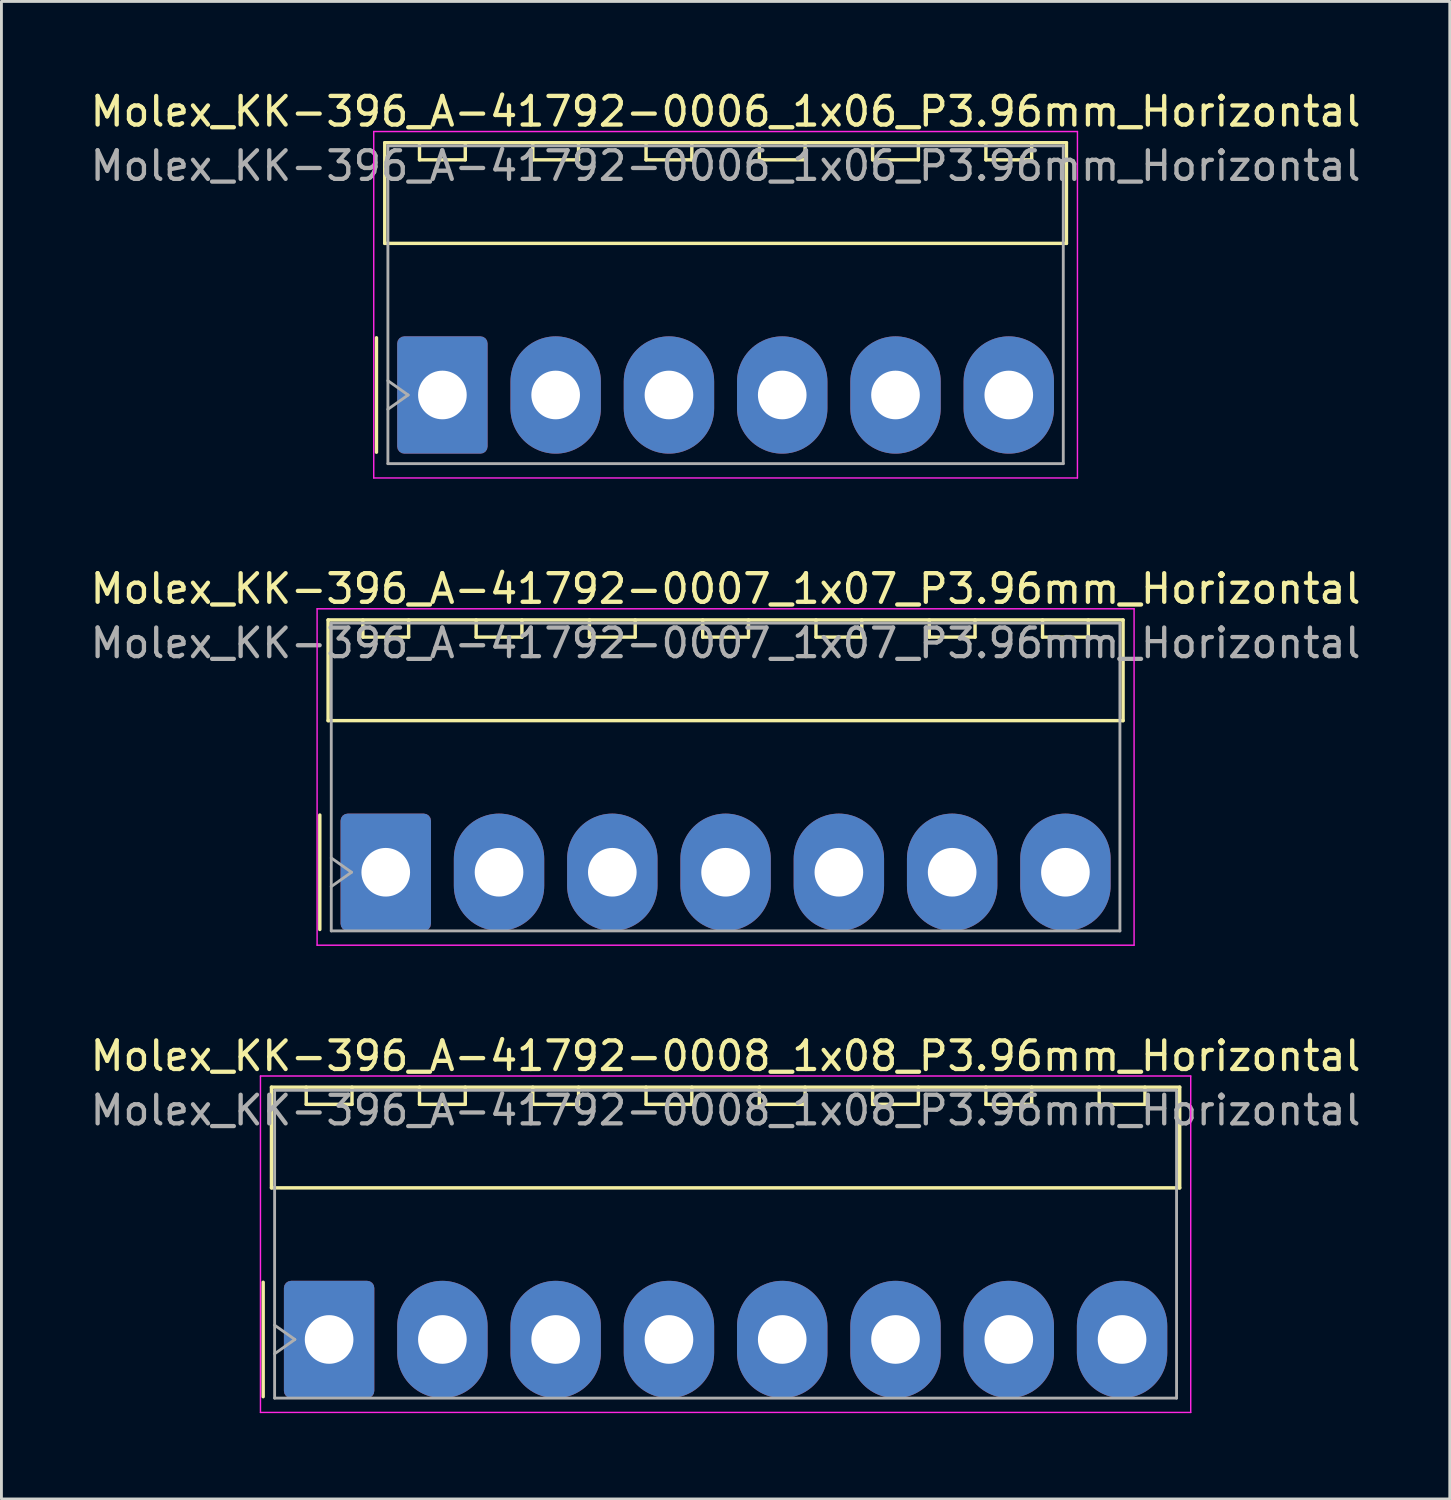
<source format=kicad_pcb>
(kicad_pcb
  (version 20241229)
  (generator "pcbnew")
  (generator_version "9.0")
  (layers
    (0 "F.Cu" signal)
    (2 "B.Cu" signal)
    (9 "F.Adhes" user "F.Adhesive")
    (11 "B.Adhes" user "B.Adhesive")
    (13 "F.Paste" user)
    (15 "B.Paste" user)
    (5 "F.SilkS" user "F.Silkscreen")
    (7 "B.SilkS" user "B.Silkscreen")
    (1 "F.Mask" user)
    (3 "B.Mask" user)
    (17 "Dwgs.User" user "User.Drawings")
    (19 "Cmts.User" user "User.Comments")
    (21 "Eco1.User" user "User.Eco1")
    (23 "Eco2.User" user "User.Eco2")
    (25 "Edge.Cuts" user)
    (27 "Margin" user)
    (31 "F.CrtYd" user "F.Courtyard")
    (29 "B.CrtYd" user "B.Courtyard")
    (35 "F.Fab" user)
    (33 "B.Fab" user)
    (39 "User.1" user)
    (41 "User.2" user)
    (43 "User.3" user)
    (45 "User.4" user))
  (footprint "Molex_KK-396_A-41792-0008_1x08_P3.96mm_Horizontal"
    (layer "F.Cu")
    (at 8.455 43.775)
    (property "Reference" "Molex_KK-396_A-41792-0008_1x08_P3.96mm_Horizontal" (at 13.86 -9.91 0) (layer "F.SilkS") (effects (font (size 1 1) (thickness 0.15))))
    (attr through_hole)
    (fp_line (start -2.305 -2) (end -2.305 2) (stroke (width 0.12) (type solid)) (layer "F.SilkS"))
    (fp_line (start -2.015 -8.82) (end 29.735 -8.82) (stroke (width 0.12) (type solid)) (layer "F.SilkS"))
    (fp_line (start -2.015 -5.3) (end -2.015 -8.82) (stroke (width 0.12) (type solid)) (layer "F.SilkS"))
    (fp_line (start -0.8 -8.82) (end -0.8 -8.22) (stroke (width 0.12) (type solid)) (layer "F.SilkS"))
    (fp_line (start -0.8 -8.22) (end 0.8 -8.22) (stroke (width 0.12) (type solid)) (layer "F.SilkS"))
    (fp_line (start 0.8 -8.22) (end 0.8 -8.82) (stroke (width 0.12) (type solid)) (layer "F.SilkS"))
    (fp_line (start 3.16 -8.82) (end 3.16 -8.22) (stroke (width 0.12) (type solid)) (layer "F.SilkS"))
    (fp_line (start 3.16 -8.22) (end 4.76 -8.22) (stroke (width 0.12) (type solid)) (layer "F.SilkS"))
    (fp_line (start 4.76 -8.22) (end 4.76 -8.82) (stroke (width 0.12) (type solid)) (layer "F.SilkS"))
    (fp_line (start 7.12 -8.82) (end 7.12 -8.22) (stroke (width 0.12) (type solid)) (layer "F.SilkS"))
    (fp_line (start 7.12 -8.22) (end 8.72 -8.22) (stroke (width 0.12) (type solid)) (layer "F.SilkS"))
    (fp_line (start 8.72 -8.22) (end 8.72 -8.82) (stroke (width 0.12) (type solid)) (layer "F.SilkS"))
    (fp_line (start 11.08 -8.82) (end 11.08 -8.22) (stroke (width 0.12) (type solid)) (layer "F.SilkS"))
    (fp_line (start 11.08 -8.22) (end 12.68 -8.22) (stroke (width 0.12) (type solid)) (layer "F.SilkS"))
    (fp_line (start 12.68 -8.22) (end 12.68 -8.82) (stroke (width 0.12) (type solid)) (layer "F.SilkS"))
    (fp_line (start 15.04 -8.82) (end 15.04 -8.22) (stroke (width 0.12) (type solid)) (layer "F.SilkS"))
    (fp_line (start 15.04 -8.22) (end 16.64 -8.22) (stroke (width 0.12) (type solid)) (layer "F.SilkS"))
    (fp_line (start 16.64 -8.22) (end 16.64 -8.82) (stroke (width 0.12) (type solid)) (layer "F.SilkS"))
    (fp_line (start 19 -8.82) (end 19 -8.22) (stroke (width 0.12) (type solid)) (layer "F.SilkS"))
    (fp_line (start 19 -8.22) (end 20.6 -8.22) (stroke (width 0.12) (type solid)) (layer "F.SilkS"))
    (fp_line (start 20.6 -8.22) (end 20.6 -8.82) (stroke (width 0.12) (type solid)) (layer "F.SilkS"))
    (fp_line (start 22.96 -8.82) (end 22.96 -8.22) (stroke (width 0.12) (type solid)) (layer "F.SilkS"))
    (fp_line (start 22.96 -8.22) (end 24.56 -8.22) (stroke (width 0.12) (type solid)) (layer "F.SilkS"))
    (fp_line (start 24.56 -8.22) (end 24.56 -8.82) (stroke (width 0.12) (type solid)) (layer "F.SilkS"))
    (fp_line (start 26.92 -8.82) (end 26.92 -8.22) (stroke (width 0.12) (type solid)) (layer "F.SilkS"))
    (fp_line (start 26.92 -8.22) (end 28.52 -8.22) (stroke (width 0.12) (type solid)) (layer "F.SilkS"))
    (fp_line (start 28.52 -8.22) (end 28.52 -8.82) (stroke (width 0.12) (type solid)) (layer "F.SilkS"))
    (fp_line (start 29.735 -8.82) (end 29.735 -5.3) (stroke (width 0.12) (type solid)) (layer "F.SilkS"))
    (fp_line (start 29.735 -5.3) (end -2.015 -5.3) (stroke (width 0.12) (type solid)) (layer "F.SilkS"))
    (fp_line (start -2.4 -9.21) (end -2.4 2.55) (stroke (width 0.05) (type solid)) (layer "F.CrtYd"))
    (fp_line (start -2.4 2.55) (end 30.12 2.55) (stroke (width 0.05) (type solid)) (layer "F.CrtYd"))
    (fp_line (start 30.12 -9.21) (end -2.4 -9.21) (stroke (width 0.05) (type solid)) (layer "F.CrtYd"))
    (fp_line (start 30.12 2.55) (end 30.12 -9.21) (stroke (width 0.05) (type solid)) (layer "F.CrtYd"))
    (fp_line (start -1.905 -8.71) (end 29.625 -8.71) (stroke (width 0.1) (type solid)) (layer "F.Fab"))
    (fp_line (start -1.905 -0.5) (end -1.198 0) (stroke (width 0.1) (type solid)) (layer "F.Fab"))
    (fp_line (start -1.905 2.05) (end -1.905 -8.71) (stroke (width 0.1) (type solid)) (layer "F.Fab"))
    (fp_line (start -1.198 0) (end -1.905 0.5) (stroke (width 0.1) (type solid)) (layer "F.Fab"))
    (fp_line (start 29.625 -8.71) (end 29.625 2.05) (stroke (width 0.1) (type solid)) (layer "F.Fab"))
    (fp_line (start 29.625 2.05) (end -1.905 2.05) (stroke (width 0.1) (type solid)) (layer "F.Fab"))
    (fp_text user "${REFERENCE}" (at 13.86 -8.01 0) (layer "F.Fab") (effects (font (size 1 1) (thickness 0.15))))
    (pad "1" thru_hole roundrect (at 0 0) (size 3.16 4.1) (drill 1.7) (layers "*.Cu" "*.Mask") (roundrect_rratio 0.079))
    (pad "2" thru_hole oval (at 3.96 0) (size 3.16 4.1) (drill 1.7) (layers "*.Cu" "*.Mask"))
    (pad "3" thru_hole oval (at 7.92 0) (size 3.16 4.1) (drill 1.7) (layers "*.Cu" "*.Mask"))
    (pad "4" thru_hole oval (at 11.88 0) (size 3.16 4.1) (drill 1.7) (layers "*.Cu" "*.Mask"))
    (pad "5" thru_hole oval (at 15.84 0) (size 3.16 4.1) (drill 1.7) (layers "*.Cu" "*.Mask"))
    (pad "6" thru_hole oval (at 19.8 0) (size 3.16 4.1) (drill 1.7) (layers "*.Cu" "*.Mask"))
    (pad "7" thru_hole oval (at 23.76 0) (size 3.16 4.1) (drill 1.7) (layers "*.Cu" "*.Mask"))
    (pad "8" thru_hole oval (at 27.72 0) (size 3.16 4.1) (drill 1.7) (layers "*.Cu" "*.Mask")))
  (footprint "Molex_KK-396_A-41792-0007_1x07_P3.96mm_Horizontal"
    (layer "F.Cu")
    (at 10.435 27.442)
    (property "Reference" "Molex_KK-396_A-41792-0007_1x07_P3.96mm_Horizontal" (at 11.88 -9.91 0) (layer "F.SilkS") (effects (font (size 1 1) (thickness 0.15))))
    (attr through_hole)
    (fp_line (start -2.305 -2) (end -2.305 2) (stroke (width 0.12) (type solid)) (layer "F.SilkS"))
    (fp_line (start -2.015 -8.82) (end 25.775 -8.82) (stroke (width 0.12) (type solid)) (layer "F.SilkS"))
    (fp_line (start -2.015 -5.3) (end -2.015 -8.82) (stroke (width 0.12) (type solid)) (layer "F.SilkS"))
    (fp_line (start -0.8 -8.82) (end -0.8 -8.22) (stroke (width 0.12) (type solid)) (layer "F.SilkS"))
    (fp_line (start -0.8 -8.22) (end 0.8 -8.22) (stroke (width 0.12) (type solid)) (layer "F.SilkS"))
    (fp_line (start 0.8 -8.22) (end 0.8 -8.82) (stroke (width 0.12) (type solid)) (layer "F.SilkS"))
    (fp_line (start 3.16 -8.82) (end 3.16 -8.22) (stroke (width 0.12) (type solid)) (layer "F.SilkS"))
    (fp_line (start 3.16 -8.22) (end 4.76 -8.22) (stroke (width 0.12) (type solid)) (layer "F.SilkS"))
    (fp_line (start 4.76 -8.22) (end 4.76 -8.82) (stroke (width 0.12) (type solid)) (layer "F.SilkS"))
    (fp_line (start 7.12 -8.82) (end 7.12 -8.22) (stroke (width 0.12) (type solid)) (layer "F.SilkS"))
    (fp_line (start 7.12 -8.22) (end 8.72 -8.22) (stroke (width 0.12) (type solid)) (layer "F.SilkS"))
    (fp_line (start 8.72 -8.22) (end 8.72 -8.82) (stroke (width 0.12) (type solid)) (layer "F.SilkS"))
    (fp_line (start 11.08 -8.82) (end 11.08 -8.22) (stroke (width 0.12) (type solid)) (layer "F.SilkS"))
    (fp_line (start 11.08 -8.22) (end 12.68 -8.22) (stroke (width 0.12) (type solid)) (layer "F.SilkS"))
    (fp_line (start 12.68 -8.22) (end 12.68 -8.82) (stroke (width 0.12) (type solid)) (layer "F.SilkS"))
    (fp_line (start 15.04 -8.82) (end 15.04 -8.22) (stroke (width 0.12) (type solid)) (layer "F.SilkS"))
    (fp_line (start 15.04 -8.22) (end 16.64 -8.22) (stroke (width 0.12) (type solid)) (layer "F.SilkS"))
    (fp_line (start 16.64 -8.22) (end 16.64 -8.82) (stroke (width 0.12) (type solid)) (layer "F.SilkS"))
    (fp_line (start 19 -8.82) (end 19 -8.22) (stroke (width 0.12) (type solid)) (layer "F.SilkS"))
    (fp_line (start 19 -8.22) (end 20.6 -8.22) (stroke (width 0.12) (type solid)) (layer "F.SilkS"))
    (fp_line (start 20.6 -8.22) (end 20.6 -8.82) (stroke (width 0.12) (type solid)) (layer "F.SilkS"))
    (fp_line (start 22.96 -8.82) (end 22.96 -8.22) (stroke (width 0.12) (type solid)) (layer "F.SilkS"))
    (fp_line (start 22.96 -8.22) (end 24.56 -8.22) (stroke (width 0.12) (type solid)) (layer "F.SilkS"))
    (fp_line (start 24.56 -8.22) (end 24.56 -8.82) (stroke (width 0.12) (type solid)) (layer "F.SilkS"))
    (fp_line (start 25.775 -8.82) (end 25.775 -5.3) (stroke (width 0.12) (type solid)) (layer "F.SilkS"))
    (fp_line (start 25.775 -5.3) (end -2.015 -5.3) (stroke (width 0.12) (type solid)) (layer "F.SilkS"))
    (fp_line (start -2.4 -9.21) (end -2.4 2.55) (stroke (width 0.05) (type solid)) (layer "F.CrtYd"))
    (fp_line (start -2.4 2.55) (end 26.16 2.55) (stroke (width 0.05) (type solid)) (layer "F.CrtYd"))
    (fp_line (start 26.16 -9.21) (end -2.4 -9.21) (stroke (width 0.05) (type solid)) (layer "F.CrtYd"))
    (fp_line (start 26.16 2.55) (end 26.16 -9.21) (stroke (width 0.05) (type solid)) (layer "F.CrtYd"))
    (fp_line (start -1.905 -8.71) (end 25.665 -8.71) (stroke (width 0.1) (type solid)) (layer "F.Fab"))
    (fp_line (start -1.905 -0.5) (end -1.198 0) (stroke (width 0.1) (type solid)) (layer "F.Fab"))
    (fp_line (start -1.905 2.05) (end -1.905 -8.71) (stroke (width 0.1) (type solid)) (layer "F.Fab"))
    (fp_line (start -1.198 0) (end -1.905 0.5) (stroke (width 0.1) (type solid)) (layer "F.Fab"))
    (fp_line (start 25.665 -8.71) (end 25.665 2.05) (stroke (width 0.1) (type solid)) (layer "F.Fab"))
    (fp_line (start 25.665 2.05) (end -1.905 2.05) (stroke (width 0.1) (type solid)) (layer "F.Fab"))
    (fp_text user "${REFERENCE}" (at 11.88 -8.01 0) (layer "F.Fab") (effects (font (size 1 1) (thickness 0.15))))
    (pad "1" thru_hole roundrect (at 0 0) (size 3.16 4.1) (drill 1.7) (layers "*.Cu" "*.Mask") (roundrect_rratio 0.079))
    (pad "2" thru_hole oval (at 3.96 0) (size 3.16 4.1) (drill 1.7) (layers "*.Cu" "*.Mask"))
    (pad "3" thru_hole oval (at 7.92 0) (size 3.16 4.1) (drill 1.7) (layers "*.Cu" "*.Mask"))
    (pad "4" thru_hole oval (at 11.88 0) (size 3.16 4.1) (drill 1.7) (layers "*.Cu" "*.Mask"))
    (pad "5" thru_hole oval (at 15.84 0) (size 3.16 4.1) (drill 1.7) (layers "*.Cu" "*.Mask"))
    (pad "6" thru_hole oval (at 19.8 0) (size 3.16 4.1) (drill 1.7) (layers "*.Cu" "*.Mask"))
    (pad "7" thru_hole oval (at 23.76 0) (size 3.16 4.1) (drill 1.7) (layers "*.Cu" "*.Mask")))
  (footprint "Molex_KK-396_A-41792-0006_1x06_P3.96mm_Horizontal"
    (layer "F.Cu")
    (at 12.415 10.758)
    (property "Reference" "Molex_KK-396_A-41792-0006_1x06_P3.96mm_Horizontal" (at 9.9 -9.91 0) (layer "F.SilkS") (effects (font (size 1 1) (thickness 0.15))))
    (attr through_hole)
    (fp_line (start -2.305 -2) (end -2.305 2) (stroke (width 0.12) (type solid)) (layer "F.SilkS"))
    (fp_line (start -2.015 -8.82) (end 21.815 -8.82) (stroke (width 0.12) (type solid)) (layer "F.SilkS"))
    (fp_line (start -2.015 -5.3) (end -2.015 -8.82) (stroke (width 0.12) (type solid)) (layer "F.SilkS"))
    (fp_line (start -0.8 -8.82) (end -0.8 -8.22) (stroke (width 0.12) (type solid)) (layer "F.SilkS"))
    (fp_line (start -0.8 -8.22) (end 0.8 -8.22) (stroke (width 0.12) (type solid)) (layer "F.SilkS"))
    (fp_line (start 0.8 -8.22) (end 0.8 -8.82) (stroke (width 0.12) (type solid)) (layer "F.SilkS"))
    (fp_line (start 3.16 -8.82) (end 3.16 -8.22) (stroke (width 0.12) (type solid)) (layer "F.SilkS"))
    (fp_line (start 3.16 -8.22) (end 4.76 -8.22) (stroke (width 0.12) (type solid)) (layer "F.SilkS"))
    (fp_line (start 4.76 -8.22) (end 4.76 -8.82) (stroke (width 0.12) (type solid)) (layer "F.SilkS"))
    (fp_line (start 7.12 -8.82) (end 7.12 -8.22) (stroke (width 0.12) (type solid)) (layer "F.SilkS"))
    (fp_line (start 7.12 -8.22) (end 8.72 -8.22) (stroke (width 0.12) (type solid)) (layer "F.SilkS"))
    (fp_line (start 8.72 -8.22) (end 8.72 -8.82) (stroke (width 0.12) (type solid)) (layer "F.SilkS"))
    (fp_line (start 11.08 -8.82) (end 11.08 -8.22) (stroke (width 0.12) (type solid)) (layer "F.SilkS"))
    (fp_line (start 11.08 -8.22) (end 12.68 -8.22) (stroke (width 0.12) (type solid)) (layer "F.SilkS"))
    (fp_line (start 12.68 -8.22) (end 12.68 -8.82) (stroke (width 0.12) (type solid)) (layer "F.SilkS"))
    (fp_line (start 15.04 -8.82) (end 15.04 -8.22) (stroke (width 0.12) (type solid)) (layer "F.SilkS"))
    (fp_line (start 15.04 -8.22) (end 16.64 -8.22) (stroke (width 0.12) (type solid)) (layer "F.SilkS"))
    (fp_line (start 16.64 -8.22) (end 16.64 -8.82) (stroke (width 0.12) (type solid)) (layer "F.SilkS"))
    (fp_line (start 19 -8.82) (end 19 -8.22) (stroke (width 0.12) (type solid)) (layer "F.SilkS"))
    (fp_line (start 19 -8.22) (end 20.6 -8.22) (stroke (width 0.12) (type solid)) (layer "F.SilkS"))
    (fp_line (start 20.6 -8.22) (end 20.6 -8.82) (stroke (width 0.12) (type solid)) (layer "F.SilkS"))
    (fp_line (start 21.815 -8.82) (end 21.815 -5.3) (stroke (width 0.12) (type solid)) (layer "F.SilkS"))
    (fp_line (start 21.815 -5.3) (end -2.015 -5.3) (stroke (width 0.12) (type solid)) (layer "F.SilkS"))
    (fp_line (start -2.4 -9.21) (end -2.4 2.9) (stroke (width 0.05) (type solid)) (layer "F.CrtYd"))
    (fp_line (start -2.4 2.9) (end 22.2 2.9) (stroke (width 0.05) (type solid)) (layer "F.CrtYd"))
    (fp_line (start 22.2 -9.21) (end -2.4 -9.21) (stroke (width 0.05) (type solid)) (layer "F.CrtYd"))
    (fp_line (start 22.2 2.9) (end 22.2 -9.21) (stroke (width 0.05) (type solid)) (layer "F.CrtYd"))
    (fp_line (start -1.905 -8.71) (end 21.705 -8.71) (stroke (width 0.1) (type solid)) (layer "F.Fab"))
    (fp_line (start -1.905 -0.5) (end -1.198 0) (stroke (width 0.1) (type solid)) (layer "F.Fab"))
    (fp_line (start -1.905 2.4) (end -1.905 -8.71) (stroke (width 0.1) (type solid)) (layer "F.Fab"))
    (fp_line (start -1.198 0) (end -1.905 0.5) (stroke (width 0.1) (type solid)) (layer "F.Fab"))
    (fp_line (start 21.705 -8.71) (end 21.705 2.4) (stroke (width 0.1) (type solid)) (layer "F.Fab"))
    (fp_line (start 21.705 2.4) (end -1.905 2.4) (stroke (width 0.1) (type solid)) (layer "F.Fab"))
    (fp_text user "${REFERENCE}" (at 9.9 -8.01 0) (layer "F.Fab") (effects (font (size 1 1) (thickness 0.15))))
    (pad "1" thru_hole roundrect (at 0 0) (size 3.16 4.1) (drill 1.7) (layers "*.Cu" "*.Mask") (roundrect_rratio 0.079))
    (pad "2" thru_hole oval (at 3.96 0) (size 3.16 4.1) (drill 1.7) (layers "*.Cu" "*.Mask"))
    (pad "3" thru_hole oval (at 7.92 0) (size 3.16 4.1) (drill 1.7) (layers "*.Cu" "*.Mask"))
    (pad "4" thru_hole oval (at 11.88 0) (size 3.16 4.1) (drill 1.7) (layers "*.Cu" "*.Mask"))
    (pad "5" thru_hole oval (at 15.84 0) (size 3.16 4.1) (drill 1.7) (layers "*.Cu" "*.Mask"))
    (pad "6" thru_hole oval (at 19.8 0) (size 3.16 4.1) (drill 1.7) (layers "*.Cu" "*.Mask")))
  (gr_rect
    (start -3 -3)
    (end 47.631 49.35)
    (stroke (width 0.1) (type default))
    (fill no)
    (layer "Edge.Cuts")))
</source>
